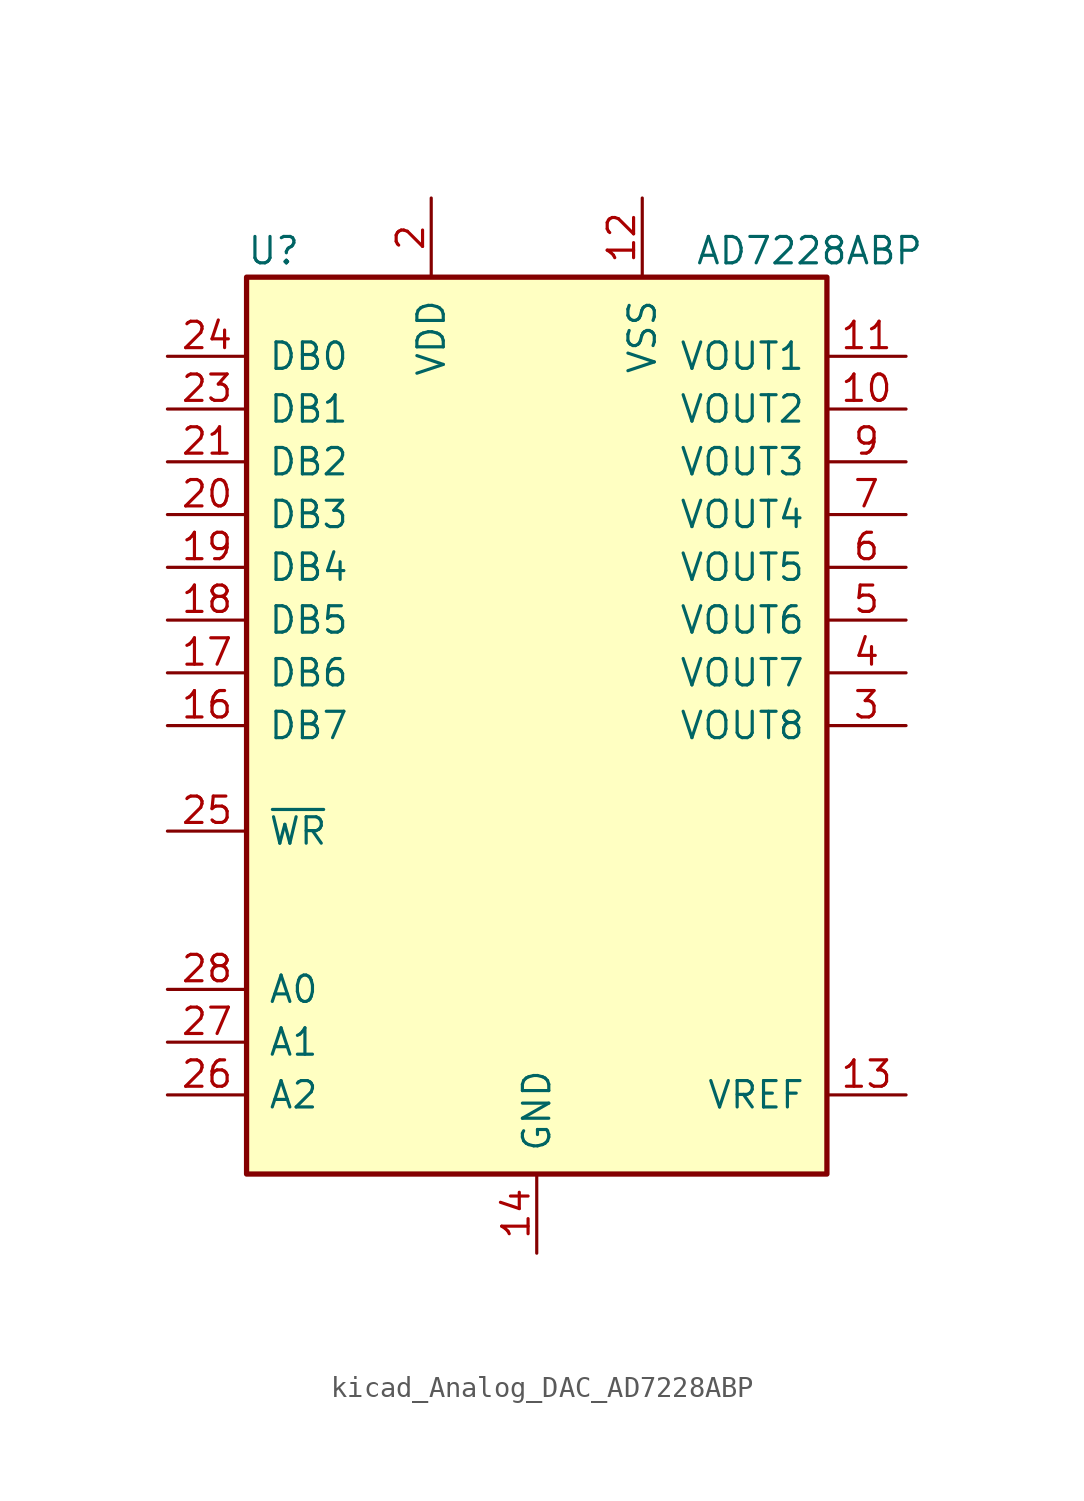
<source format=kicad_sym>
(kicad_symbol_lib
  (version 20220914)
  (generator kicad_symbol_editor)
  (symbol "kicad_Analog_DAC_AD7228ABP"
    (pin_names
      (offset 1.016))
    (property "Reference" "U"
      (at -13.97 22.86 0)
      (effects (font (size 1.27 1.27)) (justify left)))
    (property "Value" "AD7228ABP"
      (at 7.62 22.86 0)
      (effects (font (size 1.27 1.27)) (justify left)))
    (symbol "kicad_Analog_DAC_AD7228ABP_0_1"
      (rectangle (start -13.97 -21.59) (end 13.97 21.59) (stroke (width 0.254) (type default)) (fill (type background))))
    (symbol "kicad_Analog_DAC_AD7228ABP_1_1"
      (pin output line (at 17.78 15.24 180) (length 3.81) (name "VOUT2" (effects (font (size 1.27 1.27)))) (number "10" (effects (font (size 1.27 1.27)))))
      (pin output line (at 17.78 17.78 180) (length 3.81) (name "VOUT1" (effects (font (size 1.27 1.27)))) (number "11" (effects (font (size 1.27 1.27)))))
      (pin power_in line (at 5.08 25.4 270) (length 3.81) (name "VSS" (effects (font (size 1.27 1.27)))) (number "12" (effects (font (size 1.27 1.27)))))
      (pin passive line (at 17.78 -17.78 180) (length 3.81) (name "VREF" (effects (font (size 1.27 1.27)))) (number "13" (effects (font (size 1.27 1.27)))))
      (pin power_in line (at 0 -25.4 90) (length 3.81) (name "GND" (effects (font (size 1.27 1.27)))) (number "14" (effects (font (size 1.27 1.27)))))
      (pin input line (at -17.78 0 0) (length 3.81) (name "DB7" (effects (font (size 1.27 1.27)))) (number "16" (effects (font (size 1.27 1.27)))))
      (pin input line (at -17.78 2.54 0) (length 3.81) (name "DB6" (effects (font (size 1.27 1.27)))) (number "17" (effects (font (size 1.27 1.27)))))
      (pin input line (at -17.78 5.08 0) (length 3.81) (name "DB5" (effects (font (size 1.27 1.27)))) (number "18" (effects (font (size 1.27 1.27)))))
      (pin input line (at -17.78 7.62 0) (length 3.81) (name "DB4" (effects (font (size 1.27 1.27)))) (number "19" (effects (font (size 1.27 1.27)))))
      (pin power_in line (at -5.08 25.4 270) (length 3.81) (name "VDD" (effects (font (size 1.27 1.27)))) (number "2" (effects (font (size 1.27 1.27)))))
      (pin input line (at -17.78 10.16 0) (length 3.81) (name "DB3" (effects (font (size 1.27 1.27)))) (number "20" (effects (font (size 1.27 1.27)))))
      (pin input line (at -17.78 12.7 0) (length 3.81) (name "DB2" (effects (font (size 1.27 1.27)))) (number "21" (effects (font (size 1.27 1.27)))))
      (pin input line (at -17.78 15.24 0) (length 3.81) (name "DB1" (effects (font (size 1.27 1.27)))) (number "23" (effects (font (size 1.27 1.27)))))
      (pin input line (at -17.78 17.78 0) (length 3.81) (name "DB0" (effects (font (size 1.27 1.27)))) (number "24" (effects (font (size 1.27 1.27)))))
      (pin input line (at -17.78 -5.08 0) (length 3.81) (name "~{WR}" (effects (font (size 1.27 1.27)))) (number "25" (effects (font (size 1.27 1.27)))))
      (pin input line (at -17.78 -17.78 0) (length 3.81) (name "A2" (effects (font (size 1.27 1.27)))) (number "26" (effects (font (size 1.27 1.27)))))
      (pin input line (at -17.78 -15.24 0) (length 3.81) (name "A1" (effects (font (size 1.27 1.27)))) (number "27" (effects (font (size 1.27 1.27)))))
      (pin input line (at -17.78 -12.7 0) (length 3.81) (name "A0" (effects (font (size 1.27 1.27)))) (number "28" (effects (font (size 1.27 1.27)))))
      (pin output line (at 17.78 0 180) (length 3.81) (name "VOUT8" (effects (font (size 1.27 1.27)))) (number "3" (effects (font (size 1.27 1.27)))))
      (pin output line (at 17.78 2.54 180) (length 3.81) (name "VOUT7" (effects (font (size 1.27 1.27)))) (number "4" (effects (font (size 1.27 1.27)))))
      (pin output line (at 17.78 5.08 180) (length 3.81) (name "VOUT6" (effects (font (size 1.27 1.27)))) (number "5" (effects (font (size 1.27 1.27)))))
      (pin output line (at 17.78 7.62 180) (length 3.81) (name "VOUT5" (effects (font (size 1.27 1.27)))) (number "6" (effects (font (size 1.27 1.27)))))
      (pin output line (at 17.78 10.16 180) (length 3.81) (name "VOUT4" (effects (font (size 1.27 1.27)))) (number "7" (effects (font (size 1.27 1.27)))))
      (pin output line (at 17.78 12.7 180) (length 3.81) (name "VOUT3" (effects (font (size 1.27 1.27)))) (number "9" (effects (font (size 1.27 1.27))))))))
</source>
